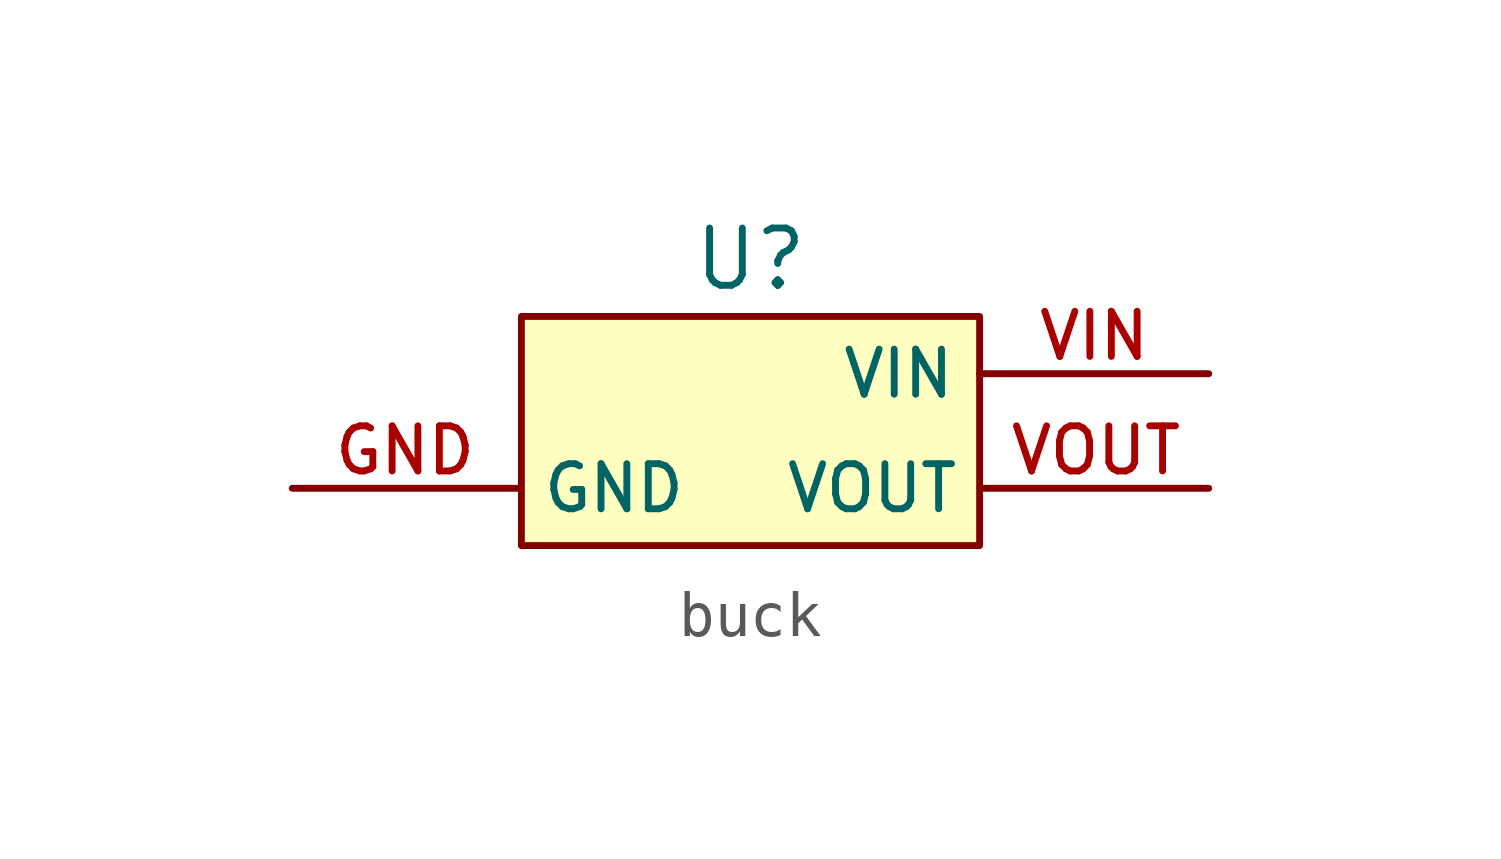
<source format=kicad_sym>
(kicad_symbol_lib
  (version 20220914)
  (generator kicad_symbol_editor)
  (symbol "buck"
    (property "Reference" "U"
      (at 0 3.81 0)
      (effects (font (size 1.27 1.27))))
    (property "Value" ""
      (at 0 2.54 0)
      (effects (font (size 1.27 1.27))))
    (symbol "buck_1_1"
      (rectangle (start -5.08 2.54) (end 5.08 -2.54) (stroke (width 0) (type default)) (fill (type background)))
      (pin input line (at -10.16 -1.27 0) (length 5) (name "GND" (effects (font (size 1 1)))) (number "GND" (effects (font (size 1 1)))))
      (pin input line (at 10.16 1.27 180) (length 5.08) (name "VIN" (effects (font (size 1 1)))) (number "VIN" (effects (font (size 1 1)))))
      (pin input line (at 10.16 -1.27 180) (length 5) (name "VOUT" (effects (font (size 1 1)))) (number "VOUT" (effects (font (size 1 1))))))))
</source>
